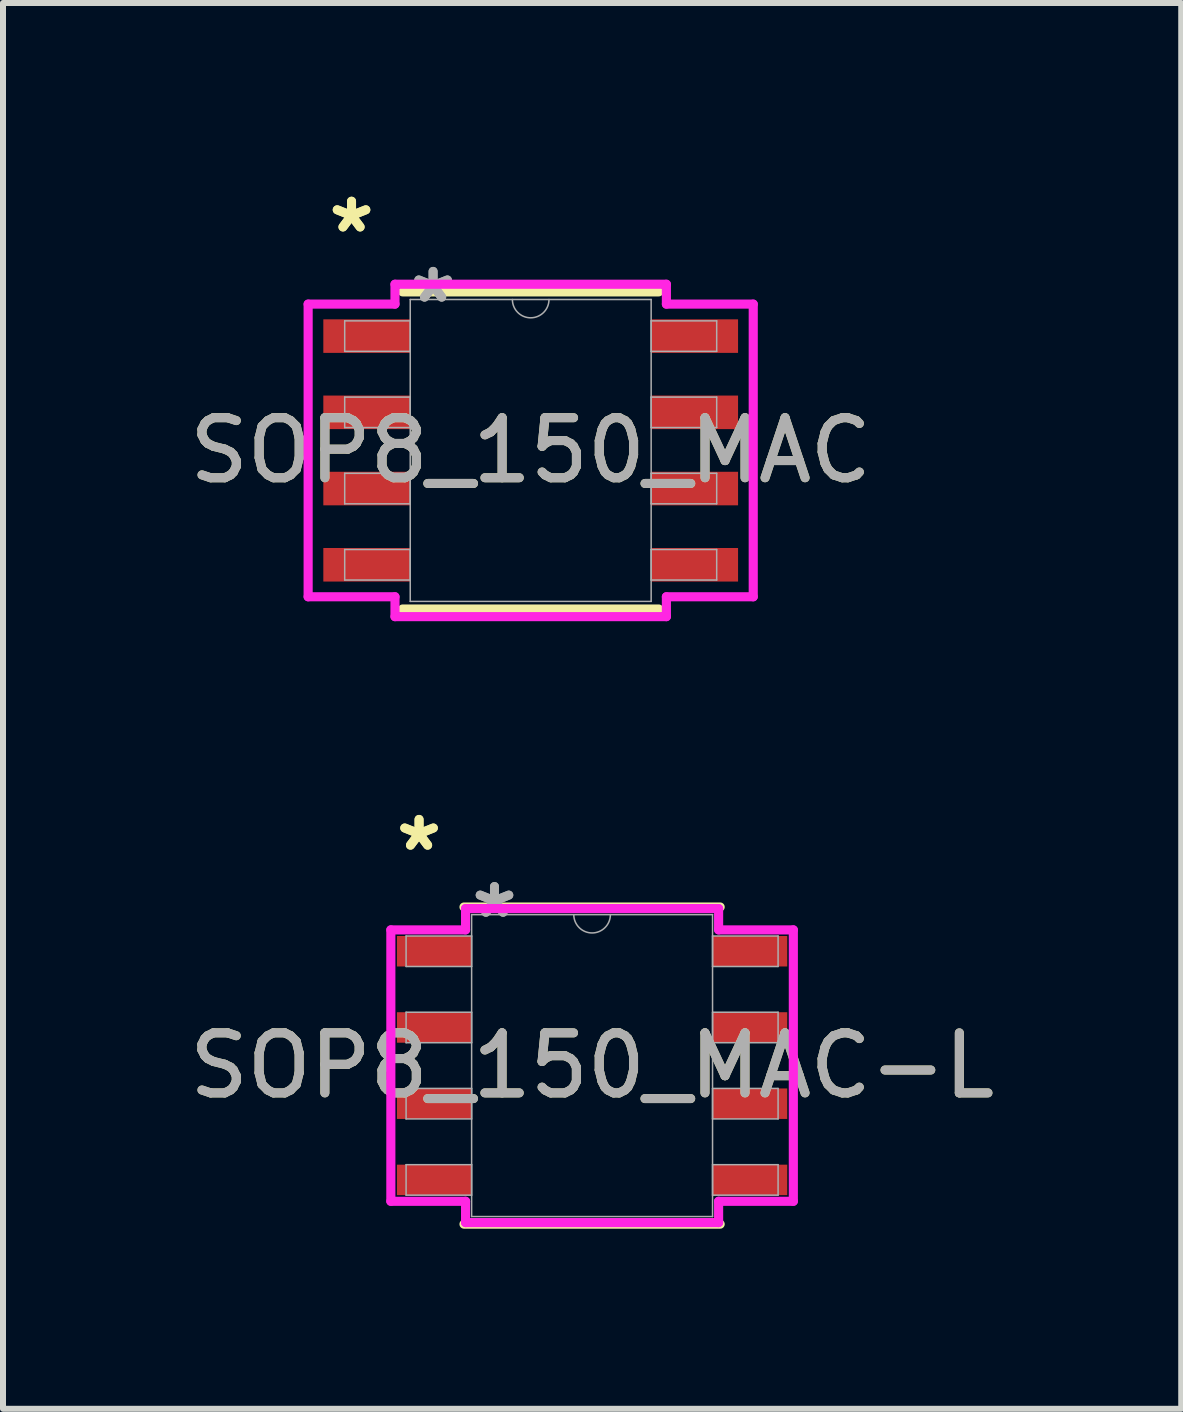
<source format=kicad_pcb>
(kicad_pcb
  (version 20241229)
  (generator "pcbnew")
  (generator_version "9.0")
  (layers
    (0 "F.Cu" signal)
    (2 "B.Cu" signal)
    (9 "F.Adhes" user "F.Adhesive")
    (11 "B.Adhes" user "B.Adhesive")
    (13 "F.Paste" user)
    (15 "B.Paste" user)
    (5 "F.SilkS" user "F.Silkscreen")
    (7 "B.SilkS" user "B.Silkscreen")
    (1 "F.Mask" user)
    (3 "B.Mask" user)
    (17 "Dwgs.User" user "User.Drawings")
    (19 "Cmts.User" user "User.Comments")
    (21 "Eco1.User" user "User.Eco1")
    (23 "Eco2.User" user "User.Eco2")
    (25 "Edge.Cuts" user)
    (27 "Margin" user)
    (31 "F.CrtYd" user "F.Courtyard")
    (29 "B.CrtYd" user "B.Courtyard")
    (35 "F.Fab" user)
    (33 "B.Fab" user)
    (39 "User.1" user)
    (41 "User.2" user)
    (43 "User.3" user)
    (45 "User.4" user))
  (footprint "SOP8_150_MAC-L"
    (layer "F.Cu")
    (at 6.815 14.704)
    (property "Reference" "SOP8_150_MAC-L" (at 0 0 0) (unlocked yes) (layer "F.SilkS") (effects (font (size 1 1) (thickness 0.15))))
    (attr smd)
    (fp_line (start -2.134 2.642) (end 2.134 2.642) (stroke (width 0.152) (type solid)) (layer "F.SilkS"))
    (fp_line (start 2.134 -2.642) (end -2.134 -2.642) (stroke (width 0.152) (type solid)) (layer "F.SilkS"))
    (fp_line (start -3.353 -2.261) (end -2.108 -2.261) (stroke (width 0.152) (type solid)) (layer "F.CrtYd"))
    (fp_line (start -3.353 2.261) (end -3.353 -2.261) (stroke (width 0.152) (type solid)) (layer "F.CrtYd"))
    (fp_line (start -3.353 2.261) (end -2.108 2.261) (stroke (width 0.152) (type solid)) (layer "F.CrtYd"))
    (fp_line (start -2.108 -2.616) (end 2.108 -2.616) (stroke (width 0.152) (type solid)) (layer "F.CrtYd"))
    (fp_line (start -2.108 -2.261) (end -2.108 -2.616) (stroke (width 0.152) (type solid)) (layer "F.CrtYd"))
    (fp_line (start -2.108 2.616) (end -2.108 2.261) (stroke (width 0.152) (type solid)) (layer "F.CrtYd"))
    (fp_line (start 2.108 -2.616) (end 2.108 -2.261) (stroke (width 0.152) (type solid)) (layer "F.CrtYd"))
    (fp_line (start 2.108 2.261) (end 2.108 2.616) (stroke (width 0.152) (type solid)) (layer "F.CrtYd"))
    (fp_line (start 2.108 2.616) (end -2.108 2.616) (stroke (width 0.152) (type solid)) (layer "F.CrtYd"))
    (fp_line (start 3.353 -2.261) (end 2.108 -2.261) (stroke (width 0.152) (type solid)) (layer "F.CrtYd"))
    (fp_line (start 3.353 -2.261) (end 3.353 2.261) (stroke (width 0.152) (type solid)) (layer "F.CrtYd"))
    (fp_line (start 3.353 2.261) (end 2.108 2.261) (stroke (width 0.152) (type solid)) (layer "F.CrtYd"))
    (fp_line (start -3.099 -2.159) (end -3.099 -1.651) (stroke (width 0.025) (type solid)) (layer "F.Fab"))
    (fp_line (start -3.099 -1.651) (end -2.007 -1.651) (stroke (width 0.025) (type solid)) (layer "F.Fab"))
    (fp_line (start -3.099 -0.889) (end -3.099 -0.381) (stroke (width 0.025) (type solid)) (layer "F.Fab"))
    (fp_line (start -3.099 -0.381) (end -2.007 -0.381) (stroke (width 0.025) (type solid)) (layer "F.Fab"))
    (fp_line (start -3.099 0.381) (end -3.099 0.889) (stroke (width 0.025) (type solid)) (layer "F.Fab"))
    (fp_line (start -3.099 0.889) (end -2.007 0.889) (stroke (width 0.025) (type solid)) (layer "F.Fab"))
    (fp_line (start -3.099 1.651) (end -3.099 2.159) (stroke (width 0.025) (type solid)) (layer "F.Fab"))
    (fp_line (start -3.099 2.159) (end -2.007 2.159) (stroke (width 0.025) (type solid)) (layer "F.Fab"))
    (fp_line (start -2.007 -2.515) (end -2.007 2.515) (stroke (width 0.025) (type solid)) (layer "F.Fab"))
    (fp_line (start -2.007 -2.159) (end -3.099 -2.159) (stroke (width 0.025) (type solid)) (layer "F.Fab"))
    (fp_line (start -2.007 -1.651) (end -2.007 -2.159) (stroke (width 0.025) (type solid)) (layer "F.Fab"))
    (fp_line (start -2.007 -0.889) (end -3.099 -0.889) (stroke (width 0.025) (type solid)) (layer "F.Fab"))
    (fp_line (start -2.007 -0.381) (end -2.007 -0.889) (stroke (width 0.025) (type solid)) (layer "F.Fab"))
    (fp_line (start -2.007 0.381) (end -3.099 0.381) (stroke (width 0.025) (type solid)) (layer "F.Fab"))
    (fp_line (start -2.007 0.889) (end -2.007 0.381) (stroke (width 0.025) (type solid)) (layer "F.Fab"))
    (fp_line (start -2.007 1.651) (end -3.099 1.651) (stroke (width 0.025) (type solid)) (layer "F.Fab"))
    (fp_line (start -2.007 2.159) (end -2.007 1.651) (stroke (width 0.025) (type solid)) (layer "F.Fab"))
    (fp_line (start -2.007 2.515) (end 2.007 2.515) (stroke (width 0.025) (type solid)) (layer "F.Fab"))
    (fp_line (start 2.007 -2.515) (end -2.007 -2.515) (stroke (width 0.025) (type solid)) (layer "F.Fab"))
    (fp_line (start 2.007 -2.159) (end 2.007 -1.651) (stroke (width 0.025) (type solid)) (layer "F.Fab"))
    (fp_line (start 2.007 -1.651) (end 3.099 -1.651) (stroke (width 0.025) (type solid)) (layer "F.Fab"))
    (fp_line (start 2.007 -0.889) (end 2.007 -0.381) (stroke (width 0.025) (type solid)) (layer "F.Fab"))
    (fp_line (start 2.007 -0.381) (end 3.099 -0.381) (stroke (width 0.025) (type solid)) (layer "F.Fab"))
    (fp_line (start 2.007 0.381) (end 2.007 0.889) (stroke (width 0.025) (type solid)) (layer "F.Fab"))
    (fp_line (start 2.007 0.889) (end 3.099 0.889) (stroke (width 0.025) (type solid)) (layer "F.Fab"))
    (fp_line (start 2.007 1.651) (end 2.007 2.159) (stroke (width 0.025) (type solid)) (layer "F.Fab"))
    (fp_line (start 2.007 2.159) (end 3.099 2.159) (stroke (width 0.025) (type solid)) (layer "F.Fab"))
    (fp_line (start 2.007 2.515) (end 2.007 -2.515) (stroke (width 0.025) (type solid)) (layer "F.Fab"))
    (fp_line (start 3.099 -2.159) (end 2.007 -2.159) (stroke (width 0.025) (type solid)) (layer "F.Fab"))
    (fp_line (start 3.099 -1.651) (end 3.099 -2.159) (stroke (width 0.025) (type solid)) (layer "F.Fab"))
    (fp_line (start 3.099 -0.889) (end 2.007 -0.889) (stroke (width 0.025) (type solid)) (layer "F.Fab"))
    (fp_line (start 3.099 -0.381) (end 3.099 -0.889) (stroke (width 0.025) (type solid)) (layer "F.Fab"))
    (fp_line (start 3.099 0.381) (end 2.007 0.381) (stroke (width 0.025) (type solid)) (layer "F.Fab"))
    (fp_line (start 3.099 0.889) (end 3.099 0.381) (stroke (width 0.025) (type solid)) (layer "F.Fab"))
    (fp_line (start 3.099 1.651) (end 2.007 1.651) (stroke (width 0.025) (type solid)) (layer "F.Fab"))
    (fp_line (start 3.099 2.159) (end 3.099 1.651) (stroke (width 0.025) (type solid)) (layer "F.Fab"))
    (fp_arc (start 0.3048 -2.5146) (mid 0 -2.2098) (end -0.3048 -2.5146) (stroke (width 0.0254) (type solid)) (layer "F.Fab"))
    (fp_text user "*" (at -2.883 -3.556 0) (unlocked yes) (layer "F.SilkS") (effects (font (size 1 1) (thickness 0.15))))
    (fp_text user "*" (at -2.883 -3.556 0) (layer "F.SilkS") (effects (font (size 1 1) (thickness 0.15))))
    (fp_text user "${REFERENCE}" (at 0 0 0) (unlocked yes) (layer "F.Fab") (effects (font (size 1 1) (thickness 0.15))))
    (fp_text user "*" (at -1.626 -2.438 0) (unlocked yes) (layer "F.Fab") (effects (font (size 1 1) (thickness 0.15))))
    (fp_text user "*" (at -1.626 -2.438 0) (layer "F.Fab") (effects (font (size 1 1) (thickness 0.15))))
    (pad "1" smd rect (at -2.629 -1.905) (size 1.245 0.508) (layers "F.Cu" "F.Mask" "F.Paste"))
    (pad "2" smd rect (at -2.629 -0.635) (size 1.245 0.508) (layers "F.Cu" "F.Mask" "F.Paste"))
    (pad "3" smd rect (at -2.629 0.635) (size 1.245 0.508) (layers "F.Cu" "F.Mask" "F.Paste"))
    (pad "4" smd rect (at -2.629 1.905) (size 1.245 0.508) (layers "F.Cu" "F.Mask" "F.Paste"))
    (pad "5" smd rect (at 2.629 1.905) (size 1.245 0.508) (layers "F.Cu" "F.Mask" "F.Paste"))
    (pad "6" smd rect (at 2.629 0.635) (size 1.245 0.508) (layers "F.Cu" "F.Mask" "F.Paste"))
    (pad "7" smd rect (at 2.629 -0.635) (size 1.245 0.508) (layers "F.Cu" "F.Mask" "F.Paste"))
    (pad "8" smd rect (at 2.629 -1.905) (size 1.245 0.508) (layers "F.Cu" "F.Mask" "F.Paste")))
  (footprint "SOP8_150_MAC"
    (layer "F.Cu")
    (at 5.792 4.455)
    (property "Reference" "SOP8_150_MAC" (at 0 0 0) (unlocked yes) (layer "F.SilkS") (effects (font (size 1 1) (thickness 0.15))))
    (attr smd)
    (fp_line (start -2.134 2.642) (end 2.134 2.642) (stroke (width 0.152) (type solid)) (layer "F.SilkS"))
    (fp_line (start 2.134 -2.642) (end -2.134 -2.642) (stroke (width 0.152) (type solid)) (layer "F.SilkS"))
    (fp_line (start -3.708 -2.438) (end -2.261 -2.438) (stroke (width 0.152) (type solid)) (layer "F.CrtYd"))
    (fp_line (start -3.708 2.438) (end -3.708 -2.438) (stroke (width 0.152) (type solid)) (layer "F.CrtYd"))
    (fp_line (start -3.708 2.438) (end -2.261 2.438) (stroke (width 0.152) (type solid)) (layer "F.CrtYd"))
    (fp_line (start -2.261 -2.769) (end 2.261 -2.769) (stroke (width 0.152) (type solid)) (layer "F.CrtYd"))
    (fp_line (start -2.261 -2.438) (end -2.261 -2.769) (stroke (width 0.152) (type solid)) (layer "F.CrtYd"))
    (fp_line (start -2.261 2.769) (end -2.261 2.438) (stroke (width 0.152) (type solid)) (layer "F.CrtYd"))
    (fp_line (start 2.261 -2.769) (end 2.261 -2.438) (stroke (width 0.152) (type solid)) (layer "F.CrtYd"))
    (fp_line (start 2.261 2.438) (end 2.261 2.769) (stroke (width 0.152) (type solid)) (layer "F.CrtYd"))
    (fp_line (start 2.261 2.769) (end -2.261 2.769) (stroke (width 0.152) (type solid)) (layer "F.CrtYd"))
    (fp_line (start 3.708 -2.438) (end 2.261 -2.438) (stroke (width 0.152) (type solid)) (layer "F.CrtYd"))
    (fp_line (start 3.708 -2.438) (end 3.708 2.438) (stroke (width 0.152) (type solid)) (layer "F.CrtYd"))
    (fp_line (start 3.708 2.438) (end 2.261 2.438) (stroke (width 0.152) (type solid)) (layer "F.CrtYd"))
    (fp_line (start -3.099 -2.159) (end -3.099 -1.651) (stroke (width 0.025) (type solid)) (layer "F.Fab"))
    (fp_line (start -3.099 -1.651) (end -2.007 -1.651) (stroke (width 0.025) (type solid)) (layer "F.Fab"))
    (fp_line (start -3.099 -0.889) (end -3.099 -0.381) (stroke (width 0.025) (type solid)) (layer "F.Fab"))
    (fp_line (start -3.099 -0.381) (end -2.007 -0.381) (stroke (width 0.025) (type solid)) (layer "F.Fab"))
    (fp_line (start -3.099 0.381) (end -3.099 0.889) (stroke (width 0.025) (type solid)) (layer "F.Fab"))
    (fp_line (start -3.099 0.889) (end -2.007 0.889) (stroke (width 0.025) (type solid)) (layer "F.Fab"))
    (fp_line (start -3.099 1.651) (end -3.099 2.159) (stroke (width 0.025) (type solid)) (layer "F.Fab"))
    (fp_line (start -3.099 2.159) (end -2.007 2.159) (stroke (width 0.025) (type solid)) (layer "F.Fab"))
    (fp_line (start -2.007 -2.515) (end -2.007 2.515) (stroke (width 0.025) (type solid)) (layer "F.Fab"))
    (fp_line (start -2.007 -2.159) (end -3.099 -2.159) (stroke (width 0.025) (type solid)) (layer "F.Fab"))
    (fp_line (start -2.007 -1.651) (end -2.007 -2.159) (stroke (width 0.025) (type solid)) (layer "F.Fab"))
    (fp_line (start -2.007 -0.889) (end -3.099 -0.889) (stroke (width 0.025) (type solid)) (layer "F.Fab"))
    (fp_line (start -2.007 -0.381) (end -2.007 -0.889) (stroke (width 0.025) (type solid)) (layer "F.Fab"))
    (fp_line (start -2.007 0.381) (end -3.099 0.381) (stroke (width 0.025) (type solid)) (layer "F.Fab"))
    (fp_line (start -2.007 0.889) (end -2.007 0.381) (stroke (width 0.025) (type solid)) (layer "F.Fab"))
    (fp_line (start -2.007 1.651) (end -3.099 1.651) (stroke (width 0.025) (type solid)) (layer "F.Fab"))
    (fp_line (start -2.007 2.159) (end -2.007 1.651) (stroke (width 0.025) (type solid)) (layer "F.Fab"))
    (fp_line (start -2.007 2.515) (end 2.007 2.515) (stroke (width 0.025) (type solid)) (layer "F.Fab"))
    (fp_line (start 2.007 -2.515) (end -2.007 -2.515) (stroke (width 0.025) (type solid)) (layer "F.Fab"))
    (fp_line (start 2.007 -2.159) (end 2.007 -1.651) (stroke (width 0.025) (type solid)) (layer "F.Fab"))
    (fp_line (start 2.007 -1.651) (end 3.099 -1.651) (stroke (width 0.025) (type solid)) (layer "F.Fab"))
    (fp_line (start 2.007 -0.889) (end 2.007 -0.381) (stroke (width 0.025) (type solid)) (layer "F.Fab"))
    (fp_line (start 2.007 -0.381) (end 3.099 -0.381) (stroke (width 0.025) (type solid)) (layer "F.Fab"))
    (fp_line (start 2.007 0.381) (end 2.007 0.889) (stroke (width 0.025) (type solid)) (layer "F.Fab"))
    (fp_line (start 2.007 0.889) (end 3.099 0.889) (stroke (width 0.025) (type solid)) (layer "F.Fab"))
    (fp_line (start 2.007 1.651) (end 2.007 2.159) (stroke (width 0.025) (type solid)) (layer "F.Fab"))
    (fp_line (start 2.007 2.159) (end 3.099 2.159) (stroke (width 0.025) (type solid)) (layer "F.Fab"))
    (fp_line (start 2.007 2.515) (end 2.007 -2.515) (stroke (width 0.025) (type solid)) (layer "F.Fab"))
    (fp_line (start 3.099 -2.159) (end 2.007 -2.159) (stroke (width 0.025) (type solid)) (layer "F.Fab"))
    (fp_line (start 3.099 -1.651) (end 3.099 -2.159) (stroke (width 0.025) (type solid)) (layer "F.Fab"))
    (fp_line (start 3.099 -0.889) (end 2.007 -0.889) (stroke (width 0.025) (type solid)) (layer "F.Fab"))
    (fp_line (start 3.099 -0.381) (end 3.099 -0.889) (stroke (width 0.025) (type solid)) (layer "F.Fab"))
    (fp_line (start 3.099 0.381) (end 2.007 0.381) (stroke (width 0.025) (type solid)) (layer "F.Fab"))
    (fp_line (start 3.099 0.889) (end 3.099 0.381) (stroke (width 0.025) (type solid)) (layer "F.Fab"))
    (fp_line (start 3.099 1.651) (end 2.007 1.651) (stroke (width 0.025) (type solid)) (layer "F.Fab"))
    (fp_line (start 3.099 2.159) (end 3.099 1.651) (stroke (width 0.025) (type solid)) (layer "F.Fab"))
    (fp_arc (start 0.3048 -2.5146) (mid 0 -2.2098) (end -0.3048 -2.5146) (stroke (width 0.0254) (type solid)) (layer "F.Fab"))
    (fp_text user "*" (at -2.985 -3.607 0) (unlocked yes) (layer "F.SilkS") (effects (font (size 1 1) (thickness 0.15))))
    (fp_text user "*" (at -2.985 -3.607 0) (layer "F.SilkS") (effects (font (size 1 1) (thickness 0.15))))
    (fp_text user "*" (at -1.626 -2.438 0) (layer "F.Fab") (effects (font (size 1 1) (thickness 0.15))))
    (fp_text user "${REFERENCE}" (at 0 0 0) (unlocked yes) (layer "F.Fab") (effects (font (size 1 1) (thickness 0.15))))
    (fp_text user "*" (at -1.626 -2.438 0) (unlocked yes) (layer "F.Fab") (effects (font (size 1 1) (thickness 0.15))))
    (pad "1" smd rect (at -2.731 -1.905) (size 1.448 0.559) (layers "F.Cu" "F.Mask" "F.Paste"))
    (pad "2" smd rect (at -2.731 -0.635) (size 1.448 0.559) (layers "F.Cu" "F.Mask" "F.Paste"))
    (pad "3" smd rect (at -2.731 0.635) (size 1.448 0.559) (layers "F.Cu" "F.Mask" "F.Paste"))
    (pad "4" smd rect (at -2.731 1.905) (size 1.448 0.559) (layers "F.Cu" "F.Mask" "F.Paste"))
    (pad "5" smd rect (at 2.731 1.905) (size 1.448 0.559) (layers "F.Cu" "F.Mask" "F.Paste"))
    (pad "6" smd rect (at 2.731 0.635) (size 1.448 0.559) (layers "F.Cu" "F.Mask" "F.Paste"))
    (pad "7" smd rect (at 2.731 -0.635) (size 1.448 0.559) (layers "F.Cu" "F.Mask" "F.Paste"))
    (pad "8" smd rect (at 2.731 -1.905) (size 1.448 0.559) (layers "F.Cu" "F.Mask" "F.Paste")))
  (gr_rect
    (start -3 -3)
    (end 16.631 20.422)
    (stroke (width 0.1) (type default))
    (fill no)
    (layer "Edge.Cuts")))
</source>
